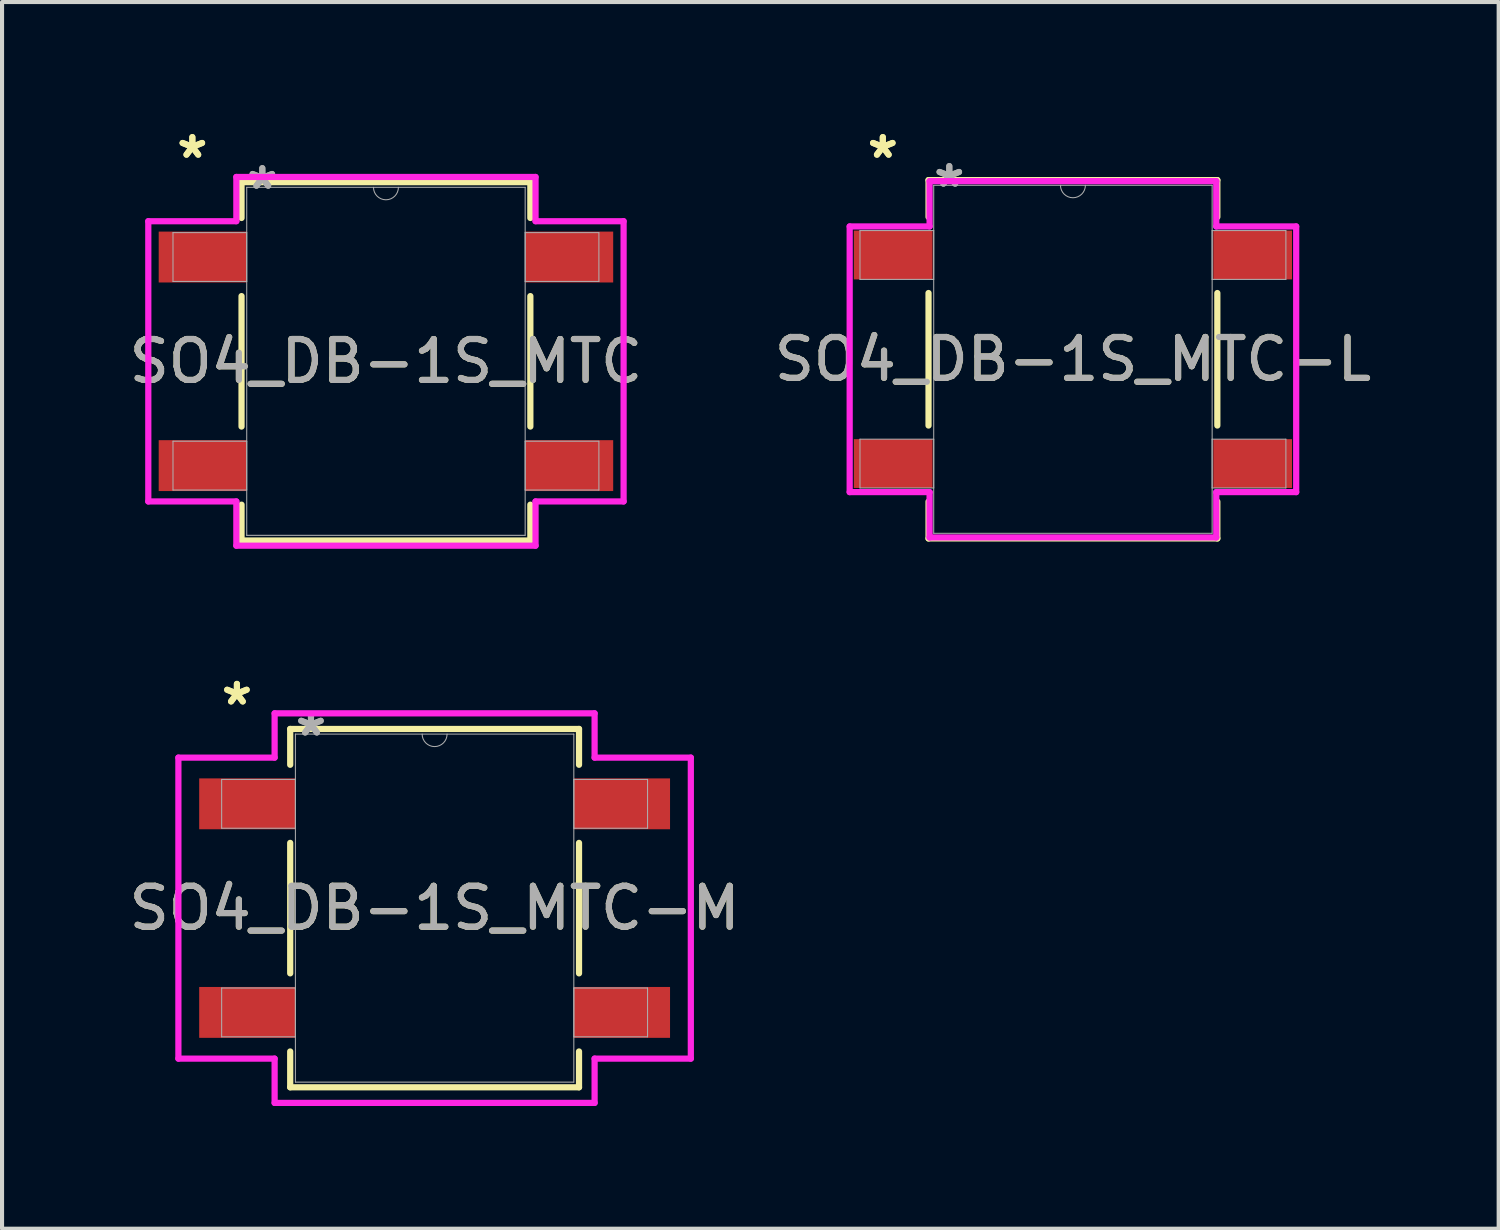
<source format=kicad_pcb>
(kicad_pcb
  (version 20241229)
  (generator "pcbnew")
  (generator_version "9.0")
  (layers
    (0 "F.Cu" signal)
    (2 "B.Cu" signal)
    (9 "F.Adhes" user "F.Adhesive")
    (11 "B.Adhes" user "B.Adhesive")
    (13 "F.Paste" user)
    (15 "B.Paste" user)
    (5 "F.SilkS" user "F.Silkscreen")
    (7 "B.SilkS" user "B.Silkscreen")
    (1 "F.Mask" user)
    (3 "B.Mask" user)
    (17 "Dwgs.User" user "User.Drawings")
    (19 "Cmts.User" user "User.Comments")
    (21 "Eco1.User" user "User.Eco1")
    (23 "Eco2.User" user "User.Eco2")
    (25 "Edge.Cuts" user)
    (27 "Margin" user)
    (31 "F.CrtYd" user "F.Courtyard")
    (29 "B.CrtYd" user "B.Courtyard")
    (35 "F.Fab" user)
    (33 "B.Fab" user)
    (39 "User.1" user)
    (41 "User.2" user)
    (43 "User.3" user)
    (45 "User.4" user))
  (footprint "SO4_DB-1S_MTC-M"
    (layer "F.Cu")
    (at 7.577 19.155)
    (property "Reference" "SO4_DB-1S_MTC-M" (at 0 0 0) (unlocked yes) (layer "F.SilkS") (effects (font (size 1 1) (thickness 0.15))))
    (attr smd)
    (fp_line (start -3.531 -4.381) (end -3.531 -3.505) (stroke (width 0.152) (type solid)) (layer "F.SilkS"))
    (fp_line (start -3.531 -1.595) (end -3.531 1.595) (stroke (width 0.152) (type solid)) (layer "F.SilkS"))
    (fp_line (start -3.531 3.505) (end -3.531 4.381) (stroke (width 0.152) (type solid)) (layer "F.SilkS"))
    (fp_line (start -3.531 4.381) (end 3.531 4.381) (stroke (width 0.152) (type solid)) (layer "F.SilkS"))
    (fp_line (start 3.531 -4.381) (end -3.531 -4.381) (stroke (width 0.152) (type solid)) (layer "F.SilkS"))
    (fp_line (start 3.531 -3.505) (end 3.531 -4.381) (stroke (width 0.152) (type solid)) (layer "F.SilkS"))
    (fp_line (start 3.531 1.595) (end 3.531 -1.595) (stroke (width 0.152) (type solid)) (layer "F.SilkS"))
    (fp_line (start 3.531 4.381) (end 3.531 3.505) (stroke (width 0.152) (type solid)) (layer "F.SilkS"))
    (fp_line (start -6.265 -3.68) (end -3.912 -3.68) (stroke (width 0.152) (type solid)) (layer "F.CrtYd"))
    (fp_line (start -6.265 3.68) (end -6.265 -3.68) (stroke (width 0.152) (type solid)) (layer "F.CrtYd"))
    (fp_line (start -6.265 3.68) (end -3.912 3.68) (stroke (width 0.152) (type solid)) (layer "F.CrtYd"))
    (fp_line (start -3.912 -4.763) (end 3.912 -4.763) (stroke (width 0.152) (type solid)) (layer "F.CrtYd"))
    (fp_line (start -3.912 -3.68) (end -3.912 -4.763) (stroke (width 0.152) (type solid)) (layer "F.CrtYd"))
    (fp_line (start -3.912 4.763) (end -3.912 3.68) (stroke (width 0.152) (type solid)) (layer "F.CrtYd"))
    (fp_line (start 3.912 -4.763) (end 3.912 -3.68) (stroke (width 0.152) (type solid)) (layer "F.CrtYd"))
    (fp_line (start 3.912 3.68) (end 3.912 4.763) (stroke (width 0.152) (type solid)) (layer "F.CrtYd"))
    (fp_line (start 3.912 4.763) (end -3.912 4.763) (stroke (width 0.152) (type solid)) (layer "F.CrtYd"))
    (fp_line (start 6.265 -3.68) (end 3.912 -3.68) (stroke (width 0.152) (type solid)) (layer "F.CrtYd"))
    (fp_line (start 6.265 -3.68) (end 6.265 3.68) (stroke (width 0.152) (type solid)) (layer "F.CrtYd"))
    (fp_line (start 6.265 3.68) (end 3.912 3.68) (stroke (width 0.152) (type solid)) (layer "F.CrtYd"))
    (fp_line (start -5.207 -3.147) (end -5.207 -1.953) (stroke (width 0.025) (type solid)) (layer "F.Fab"))
    (fp_line (start -5.207 -1.953) (end -3.404 -1.953) (stroke (width 0.025) (type solid)) (layer "F.Fab"))
    (fp_line (start -5.207 1.953) (end -5.207 3.147) (stroke (width 0.025) (type solid)) (layer "F.Fab"))
    (fp_line (start -5.207 3.147) (end -3.404 3.147) (stroke (width 0.025) (type solid)) (layer "F.Fab"))
    (fp_line (start -3.404 -4.255) (end -3.404 4.255) (stroke (width 0.025) (type solid)) (layer "F.Fab"))
    (fp_line (start -3.404 -3.147) (end -5.207 -3.147) (stroke (width 0.025) (type solid)) (layer "F.Fab"))
    (fp_line (start -3.404 -1.953) (end -3.404 -3.147) (stroke (width 0.025) (type solid)) (layer "F.Fab"))
    (fp_line (start -3.404 1.953) (end -5.207 1.953) (stroke (width 0.025) (type solid)) (layer "F.Fab"))
    (fp_line (start -3.404 3.147) (end -3.404 1.953) (stroke (width 0.025) (type solid)) (layer "F.Fab"))
    (fp_line (start -3.404 4.255) (end 3.404 4.255) (stroke (width 0.025) (type solid)) (layer "F.Fab"))
    (fp_line (start 3.404 -4.255) (end -3.404 -4.255) (stroke (width 0.025) (type solid)) (layer "F.Fab"))
    (fp_line (start 3.404 -3.147) (end 3.404 -1.953) (stroke (width 0.025) (type solid)) (layer "F.Fab"))
    (fp_line (start 3.404 -1.953) (end 5.207 -1.953) (stroke (width 0.025) (type solid)) (layer "F.Fab"))
    (fp_line (start 3.404 1.953) (end 3.404 3.147) (stroke (width 0.025) (type solid)) (layer "F.Fab"))
    (fp_line (start 3.404 3.147) (end 5.207 3.147) (stroke (width 0.025) (type solid)) (layer "F.Fab"))
    (fp_line (start 3.404 4.255) (end 3.404 -4.255) (stroke (width 0.025) (type solid)) (layer "F.Fab"))
    (fp_line (start 5.207 -3.147) (end 3.404 -3.147) (stroke (width 0.025) (type solid)) (layer "F.Fab"))
    (fp_line (start 5.207 -1.953) (end 5.207 -3.147) (stroke (width 0.025) (type solid)) (layer "F.Fab"))
    (fp_line (start 5.207 1.953) (end 3.404 1.953) (stroke (width 0.025) (type solid)) (layer "F.Fab"))
    (fp_line (start 5.207 3.147) (end 5.207 1.953) (stroke (width 0.025) (type solid)) (layer "F.Fab"))
    (fp_arc (start 0.3048 -4.2545) (mid 0 -3.9497) (end -0.3048 -4.2545) (stroke (width 0.0254) (type solid)) (layer "F.Fab"))
    (fp_text user "*" (at -4.834 -4.937 0) (layer "F.SilkS") (effects (font (size 1 1) (thickness 0.15))))
    (fp_text user "*" (at -4.834 -4.937 0) (unlocked yes) (layer "F.SilkS") (effects (font (size 1 1) (thickness 0.15))))
    (fp_text user "*" (at -3.023 -4.178 0) (unlocked yes) (layer "F.Fab") (effects (font (size 1 1) (thickness 0.15))))
    (fp_text user "${REFERENCE}" (at 0 0 0) (unlocked yes) (layer "F.Fab") (effects (font (size 1 1) (thickness 0.15))))
    (fp_text user "*" (at -3.023 -4.178 0) (layer "F.Fab") (effects (font (size 1 1) (thickness 0.15))))
    (pad "1" smd rect (at -4.58 -2.55) (size 2.353 1.244) (layers "F.Cu" "F.Mask" "F.Paste"))
    (pad "2" smd rect (at -4.58 2.55) (size 2.353 1.244) (layers "F.Cu" "F.Mask" "F.Paste"))
    (pad "3" smd rect (at 4.58 2.55) (size 2.353 1.244) (layers "F.Cu" "F.Mask" "F.Paste"))
    (pad "4" smd rect (at 4.58 -2.55) (size 2.353 1.244) (layers "F.Cu" "F.Mask" "F.Paste")))
  (footprint "SO4_DB-1S_MTC"
    (layer "F.Cu")
    (at 6.387 5.785)
    (property "Reference" "SO4_DB-1S_MTC" (at 0 0 0) (unlocked yes) (layer "F.SilkS") (effects (font (size 1 1) (thickness 0.15))))
    (attr smd)
    (fp_line (start -3.531 -4.381) (end -3.531 -3.505) (stroke (width 0.152) (type solid)) (layer "F.SilkS"))
    (fp_line (start -3.531 -1.595) (end -3.531 1.595) (stroke (width 0.152) (type solid)) (layer "F.SilkS"))
    (fp_line (start -3.531 3.505) (end -3.531 4.381) (stroke (width 0.152) (type solid)) (layer "F.SilkS"))
    (fp_line (start -3.531 4.381) (end 3.531 4.381) (stroke (width 0.152) (type solid)) (layer "F.SilkS"))
    (fp_line (start 3.531 -4.381) (end -3.531 -4.381) (stroke (width 0.152) (type solid)) (layer "F.SilkS"))
    (fp_line (start 3.531 -3.505) (end 3.531 -4.381) (stroke (width 0.152) (type solid)) (layer "F.SilkS"))
    (fp_line (start 3.531 1.595) (end 3.531 -1.595) (stroke (width 0.152) (type solid)) (layer "F.SilkS"))
    (fp_line (start 3.531 4.381) (end 3.531 3.505) (stroke (width 0.152) (type solid)) (layer "F.SilkS"))
    (fp_line (start -5.811 -3.426) (end -3.658 -3.426) (stroke (width 0.152) (type solid)) (layer "F.CrtYd"))
    (fp_line (start -5.811 3.426) (end -5.811 -3.426) (stroke (width 0.152) (type solid)) (layer "F.CrtYd"))
    (fp_line (start -5.811 3.426) (end -3.658 3.426) (stroke (width 0.152) (type solid)) (layer "F.CrtYd"))
    (fp_line (start -3.658 -4.508) (end 3.658 -4.508) (stroke (width 0.152) (type solid)) (layer "F.CrtYd"))
    (fp_line (start -3.658 -3.426) (end -3.658 -4.508) (stroke (width 0.152) (type solid)) (layer "F.CrtYd"))
    (fp_line (start -3.658 4.508) (end -3.658 3.426) (stroke (width 0.152) (type solid)) (layer "F.CrtYd"))
    (fp_line (start 3.658 -4.508) (end 3.658 -3.426) (stroke (width 0.152) (type solid)) (layer "F.CrtYd"))
    (fp_line (start 3.658 3.426) (end 3.658 4.508) (stroke (width 0.152) (type solid)) (layer "F.CrtYd"))
    (fp_line (start 3.658 4.508) (end -3.658 4.508) (stroke (width 0.152) (type solid)) (layer "F.CrtYd"))
    (fp_line (start 5.811 -3.426) (end 3.658 -3.426) (stroke (width 0.152) (type solid)) (layer "F.CrtYd"))
    (fp_line (start 5.811 -3.426) (end 5.811 3.426) (stroke (width 0.152) (type solid)) (layer "F.CrtYd"))
    (fp_line (start 5.811 3.426) (end 3.658 3.426) (stroke (width 0.152) (type solid)) (layer "F.CrtYd"))
    (fp_line (start -5.207 -3.147) (end -5.207 -1.953) (stroke (width 0.025) (type solid)) (layer "F.Fab"))
    (fp_line (start -5.207 -1.953) (end -3.404 -1.953) (stroke (width 0.025) (type solid)) (layer "F.Fab"))
    (fp_line (start -5.207 1.953) (end -5.207 3.147) (stroke (width 0.025) (type solid)) (layer "F.Fab"))
    (fp_line (start -5.207 3.147) (end -3.404 3.147) (stroke (width 0.025) (type solid)) (layer "F.Fab"))
    (fp_line (start -3.404 -4.255) (end -3.404 4.255) (stroke (width 0.025) (type solid)) (layer "F.Fab"))
    (fp_line (start -3.404 -3.147) (end -5.207 -3.147) (stroke (width 0.025) (type solid)) (layer "F.Fab"))
    (fp_line (start -3.404 -1.953) (end -3.404 -3.147) (stroke (width 0.025) (type solid)) (layer "F.Fab"))
    (fp_line (start -3.404 1.953) (end -5.207 1.953) (stroke (width 0.025) (type solid)) (layer "F.Fab"))
    (fp_line (start -3.404 3.147) (end -3.404 1.953) (stroke (width 0.025) (type solid)) (layer "F.Fab"))
    (fp_line (start -3.404 4.255) (end 3.404 4.255) (stroke (width 0.025) (type solid)) (layer "F.Fab"))
    (fp_line (start 3.404 -4.255) (end -3.404 -4.255) (stroke (width 0.025) (type solid)) (layer "F.Fab"))
    (fp_line (start 3.404 -3.147) (end 3.404 -1.953) (stroke (width 0.025) (type solid)) (layer "F.Fab"))
    (fp_line (start 3.404 -1.953) (end 5.207 -1.953) (stroke (width 0.025) (type solid)) (layer "F.Fab"))
    (fp_line (start 3.404 1.953) (end 3.404 3.147) (stroke (width 0.025) (type solid)) (layer "F.Fab"))
    (fp_line (start 3.404 3.147) (end 5.207 3.147) (stroke (width 0.025) (type solid)) (layer "F.Fab"))
    (fp_line (start 3.404 4.255) (end 3.404 -4.255) (stroke (width 0.025) (type solid)) (layer "F.Fab"))
    (fp_line (start 5.207 -3.147) (end 3.404 -3.147) (stroke (width 0.025) (type solid)) (layer "F.Fab"))
    (fp_line (start 5.207 -1.953) (end 5.207 -3.147) (stroke (width 0.025) (type solid)) (layer "F.Fab"))
    (fp_line (start 5.207 1.953) (end 3.404 1.953) (stroke (width 0.025) (type solid)) (layer "F.Fab"))
    (fp_line (start 5.207 3.147) (end 5.207 1.953) (stroke (width 0.025) (type solid)) (layer "F.Fab"))
    (fp_arc (start 0.3048 -4.2545) (mid 0 -3.9497) (end -0.3048 -4.2545) (stroke (width 0.0254) (type solid)) (layer "F.Fab"))
    (fp_text user "*" (at -4.734 -4.937 0) (layer "F.SilkS") (effects (font (size 1 1) (thickness 0.15))))
    (fp_text user "*" (at -4.734 -4.937 0) (unlocked yes) (layer "F.SilkS") (effects (font (size 1 1) (thickness 0.15))))
    (fp_text user "${REFERENCE}" (at 0 0 0) (unlocked yes) (layer "F.Fab") (effects (font (size 1 1) (thickness 0.15))))
    (fp_text user "*" (at -3.023 -4.178 0) (unlocked yes) (layer "F.Fab") (effects (font (size 1 1) (thickness 0.15))))
    (fp_text user "*" (at -3.023 -4.178 0) (layer "F.Fab") (effects (font (size 1 1) (thickness 0.15))))
    (pad "1" smd rect (at -4.48 -2.55) (size 2.153 1.244) (layers "F.Cu" "F.Mask" "F.Paste"))
    (pad "2" smd rect (at -4.48 2.55) (size 2.153 1.244) (layers "F.Cu" "F.Mask" "F.Paste"))
    (pad "3" smd rect (at 4.48 2.55) (size 2.153 1.244) (layers "F.Cu" "F.Mask" "F.Paste"))
    (pad "4" smd rect (at 4.48 -2.55) (size 2.153 1.244) (layers "F.Cu" "F.Mask" "F.Paste")))
  (footprint "SO4_DB-1S_MTC-L"
    (layer "F.Cu")
    (at 23.185 5.735)
    (property "Reference" "SO4_DB-1S_MTC-L" (at 0 0 0) (unlocked yes) (layer "F.SilkS") (effects (font (size 1 1) (thickness 0.15))))
    (attr smd)
    (fp_line (start -3.531 -4.381) (end -3.531 -3.48) (stroke (width 0.152) (type solid)) (layer "F.SilkS"))
    (fp_line (start -3.531 -1.62) (end -3.531 1.62) (stroke (width 0.152) (type solid)) (layer "F.SilkS"))
    (fp_line (start -3.531 3.48) (end -3.531 4.381) (stroke (width 0.152) (type solid)) (layer "F.SilkS"))
    (fp_line (start -3.531 4.381) (end 3.531 4.381) (stroke (width 0.152) (type solid)) (layer "F.SilkS"))
    (fp_line (start 3.531 -4.381) (end -3.531 -4.381) (stroke (width 0.152) (type solid)) (layer "F.SilkS"))
    (fp_line (start 3.531 -3.48) (end 3.531 -4.381) (stroke (width 0.152) (type solid)) (layer "F.SilkS"))
    (fp_line (start 3.531 1.62) (end 3.531 -1.62) (stroke (width 0.152) (type solid)) (layer "F.SilkS"))
    (fp_line (start 3.531 4.381) (end 3.531 3.48) (stroke (width 0.152) (type solid)) (layer "F.SilkS"))
    (fp_line (start -5.459 -3.248) (end -3.505 -3.248) (stroke (width 0.152) (type solid)) (layer "F.CrtYd"))
    (fp_line (start -5.459 3.248) (end -5.459 -3.248) (stroke (width 0.152) (type solid)) (layer "F.CrtYd"))
    (fp_line (start -5.459 3.248) (end -3.505 3.248) (stroke (width 0.152) (type solid)) (layer "F.CrtYd"))
    (fp_line (start -3.505 -4.356) (end 3.505 -4.356) (stroke (width 0.152) (type solid)) (layer "F.CrtYd"))
    (fp_line (start -3.505 -3.248) (end -3.505 -4.356) (stroke (width 0.152) (type solid)) (layer "F.CrtYd"))
    (fp_line (start -3.505 4.356) (end -3.505 3.248) (stroke (width 0.152) (type solid)) (layer "F.CrtYd"))
    (fp_line (start 3.505 -4.356) (end 3.505 -3.248) (stroke (width 0.152) (type solid)) (layer "F.CrtYd"))
    (fp_line (start 3.505 3.248) (end 3.505 4.356) (stroke (width 0.152) (type solid)) (layer "F.CrtYd"))
    (fp_line (start 3.505 4.356) (end -3.505 4.356) (stroke (width 0.152) (type solid)) (layer "F.CrtYd"))
    (fp_line (start 5.459 -3.248) (end 3.505 -3.248) (stroke (width 0.152) (type solid)) (layer "F.CrtYd"))
    (fp_line (start 5.459 -3.248) (end 5.459 3.248) (stroke (width 0.152) (type solid)) (layer "F.CrtYd"))
    (fp_line (start 5.459 3.248) (end 3.505 3.248) (stroke (width 0.152) (type solid)) (layer "F.CrtYd"))
    (fp_line (start -5.207 -3.147) (end -5.207 -1.953) (stroke (width 0.025) (type solid)) (layer "F.Fab"))
    (fp_line (start -5.207 -1.953) (end -3.404 -1.953) (stroke (width 0.025) (type solid)) (layer "F.Fab"))
    (fp_line (start -5.207 1.953) (end -5.207 3.147) (stroke (width 0.025) (type solid)) (layer "F.Fab"))
    (fp_line (start -5.207 3.147) (end -3.404 3.147) (stroke (width 0.025) (type solid)) (layer "F.Fab"))
    (fp_line (start -3.404 -4.255) (end -3.404 4.255) (stroke (width 0.025) (type solid)) (layer "F.Fab"))
    (fp_line (start -3.404 -3.147) (end -5.207 -3.147) (stroke (width 0.025) (type solid)) (layer "F.Fab"))
    (fp_line (start -3.404 -1.953) (end -3.404 -3.147) (stroke (width 0.025) (type solid)) (layer "F.Fab"))
    (fp_line (start -3.404 1.953) (end -5.207 1.953) (stroke (width 0.025) (type solid)) (layer "F.Fab"))
    (fp_line (start -3.404 3.147) (end -3.404 1.953) (stroke (width 0.025) (type solid)) (layer "F.Fab"))
    (fp_line (start -3.404 4.255) (end 3.404 4.255) (stroke (width 0.025) (type solid)) (layer "F.Fab"))
    (fp_line (start 3.404 -4.255) (end -3.404 -4.255) (stroke (width 0.025) (type solid)) (layer "F.Fab"))
    (fp_line (start 3.404 -3.147) (end 3.404 -1.953) (stroke (width 0.025) (type solid)) (layer "F.Fab"))
    (fp_line (start 3.404 -1.953) (end 5.207 -1.953) (stroke (width 0.025) (type solid)) (layer "F.Fab"))
    (fp_line (start 3.404 1.953) (end 3.404 3.147) (stroke (width 0.025) (type solid)) (layer "F.Fab"))
    (fp_line (start 3.404 3.147) (end 5.207 3.147) (stroke (width 0.025) (type solid)) (layer "F.Fab"))
    (fp_line (start 3.404 4.255) (end 3.404 -4.255) (stroke (width 0.025) (type solid)) (layer "F.Fab"))
    (fp_line (start 5.207 -3.147) (end 3.404 -3.147) (stroke (width 0.025) (type solid)) (layer "F.Fab"))
    (fp_line (start 5.207 -1.953) (end 5.207 -3.147) (stroke (width 0.025) (type solid)) (layer "F.Fab"))
    (fp_line (start 5.207 1.953) (end 3.404 1.953) (stroke (width 0.025) (type solid)) (layer "F.Fab"))
    (fp_line (start 5.207 3.147) (end 5.207 1.953) (stroke (width 0.025) (type solid)) (layer "F.Fab"))
    (fp_arc (start 0.3048 -4.2545) (mid 0 -3.9497) (end -0.3048 -4.2545) (stroke (width 0.0254) (type solid)) (layer "F.Fab"))
    (fp_text user "*" (at -4.649 -4.887 0) (layer "F.SilkS") (effects (font (size 1 1) (thickness 0.15))))
    (fp_text user "*" (at -4.649 -4.887 0) (unlocked yes) (layer "F.SilkS") (effects (font (size 1 1) (thickness 0.15))))
    (fp_text user "*" (at -3.023 -4.178 0) (unlocked yes) (layer "F.Fab") (effects (font (size 1 1) (thickness 0.15))))
    (fp_text user "${REFERENCE}" (at 0 0 0) (unlocked yes) (layer "F.Fab") (effects (font (size 1 1) (thickness 0.15))))
    (fp_text user "*" (at -3.023 -4.178 0) (layer "F.Fab") (effects (font (size 1 1) (thickness 0.15))))
    (pad "1" smd rect (at -4.395 -2.55) (size 1.924 1.194) (layers "F.Cu" "F.Mask" "F.Paste"))
    (pad "2" smd rect (at -4.395 2.55) (size 1.924 1.194) (layers "F.Cu" "F.Mask" "F.Paste"))
    (pad "3" smd rect (at 4.395 2.55) (size 1.924 1.194) (layers "F.Cu" "F.Mask" "F.Paste"))
    (pad "4" smd rect (at 4.395 -2.55) (size 1.924 1.194) (layers "F.Cu" "F.Mask" "F.Paste")))
  (gr_rect
    (start -3 -3)
    (end 33.595 26.994)
    (stroke (width 0.1) (type default))
    (fill no)
    (layer "Edge.Cuts")))
</source>
